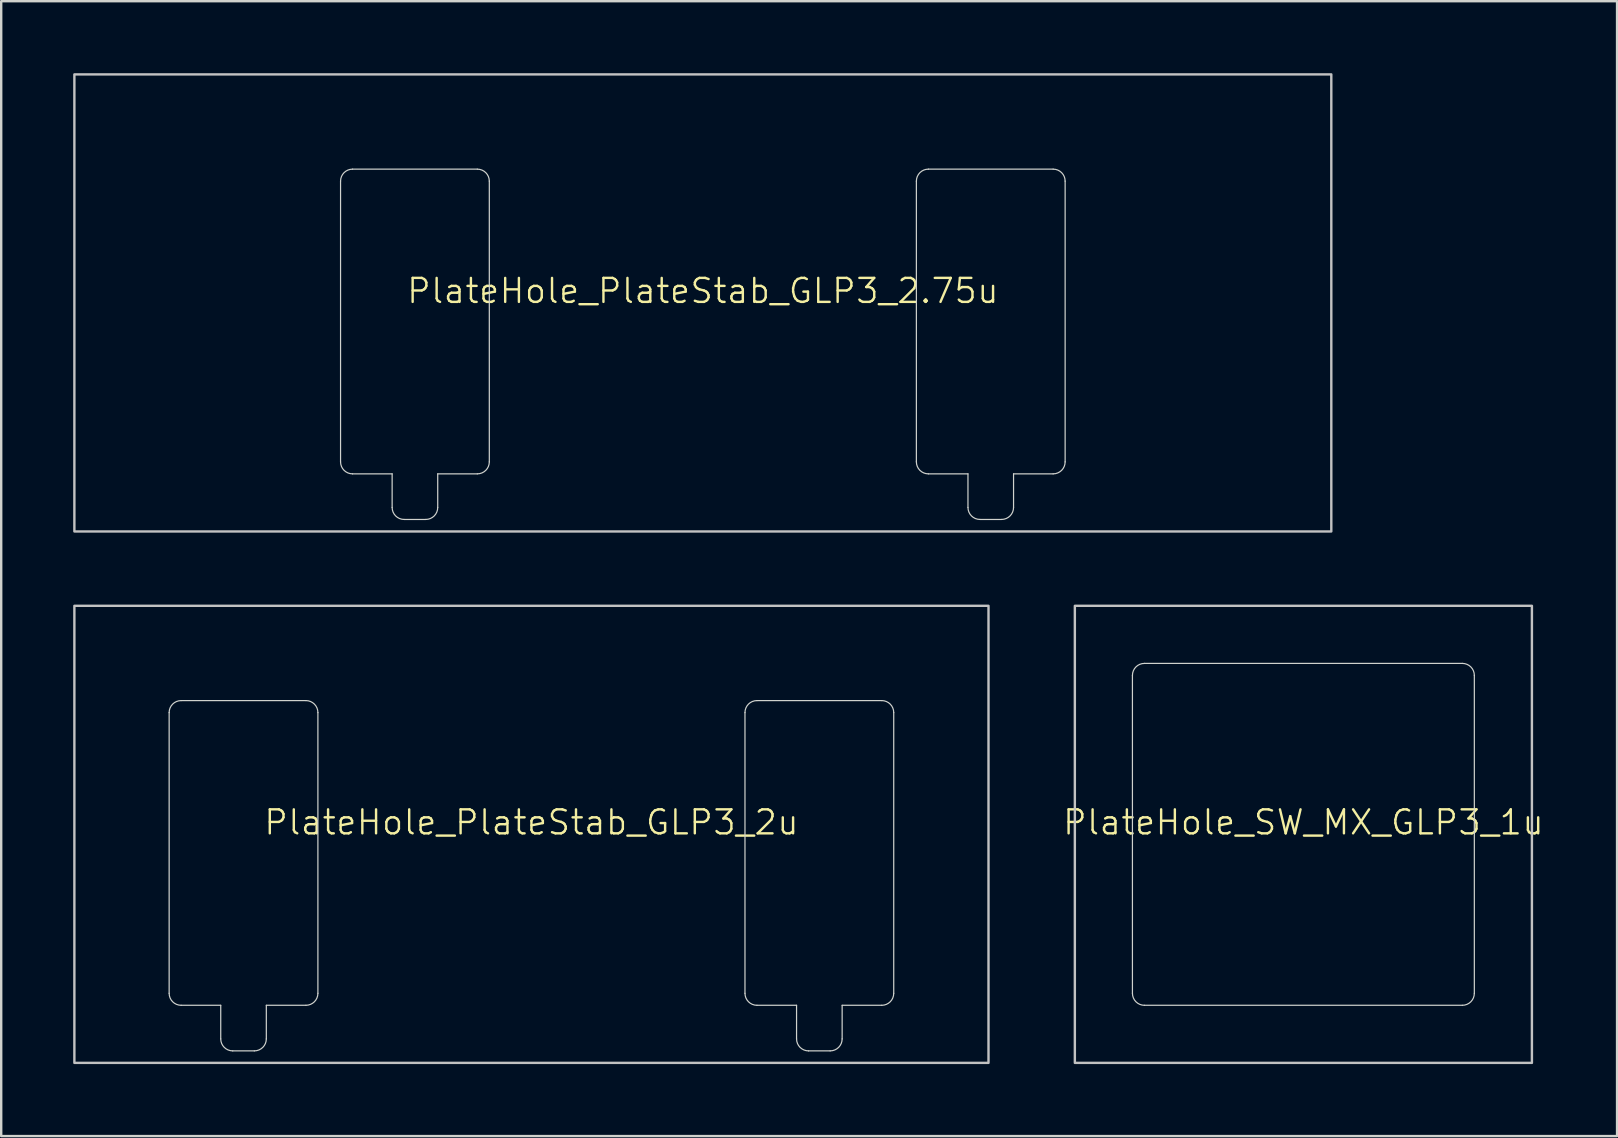
<source format=kicad_pcb>
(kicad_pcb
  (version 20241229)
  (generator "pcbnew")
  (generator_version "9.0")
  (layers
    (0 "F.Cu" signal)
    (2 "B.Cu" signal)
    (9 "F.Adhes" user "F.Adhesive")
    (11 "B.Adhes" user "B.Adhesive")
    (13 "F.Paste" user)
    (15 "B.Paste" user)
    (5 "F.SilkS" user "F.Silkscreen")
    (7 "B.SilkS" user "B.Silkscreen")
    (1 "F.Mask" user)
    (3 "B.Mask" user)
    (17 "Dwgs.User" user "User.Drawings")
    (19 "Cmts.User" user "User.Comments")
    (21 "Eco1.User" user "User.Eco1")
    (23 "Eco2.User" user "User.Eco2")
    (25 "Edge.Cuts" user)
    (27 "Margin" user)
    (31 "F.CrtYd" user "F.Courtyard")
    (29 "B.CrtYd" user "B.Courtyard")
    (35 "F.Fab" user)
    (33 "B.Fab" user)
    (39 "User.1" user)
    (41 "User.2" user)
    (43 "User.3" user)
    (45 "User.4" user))
  (footprint "PlateHole_SW_MX_GLP3_1u"
    (layer "F.Cu")
    (at 51.274 31.725)
    (property "Reference" "PlateHole_SW_MX_GLP3_1u" (at 0 -0.5 0) (unlocked yes) (layer "F.SilkS") (effects (font (size 1 1) (thickness 0.1))))
    (attr exclude_from_pos_files exclude_from_bom allow_missing_courtyard)
    (fp_rect (start -9.525 -9.525) (end 9.525 9.525) (stroke (width 0.1) (type solid)) (fill no) (layer "Dwgs.User"))
    (fp_line (start -7.125 6.625) (end -7.125 -6.625) (stroke (width 0.05) (type default)) (layer "Edge.Cuts"))
    (fp_line (start -6.625 -7.125) (end 6.625 -7.125) (stroke (width 0.05) (type default)) (layer "Edge.Cuts"))
    (fp_line (start 6.625 7.125) (end -6.625 7.125) (stroke (width 0.05) (type default)) (layer "Edge.Cuts"))
    (fp_line (start 7.125 -6.625) (end 7.125 6.625) (stroke (width 0.05) (type default)) (layer "Edge.Cuts"))
    (fp_arc (start -7.125 -6.625) (mid -6.978553 -6.978553) (end -6.625 -7.125) (stroke (width 0.05) (type default)) (layer "Edge.Cuts"))
    (fp_arc (start -6.625 7.125) (mid -6.978553 6.978553) (end -7.125 6.625) (stroke (width 0.05) (type default)) (layer "Edge.Cuts"))
    (fp_arc (start 6.625 -7.125) (mid 6.978553 -6.978553) (end 7.125 -6.625) (stroke (width 0.05) (type default)) (layer "Edge.Cuts"))
    (fp_arc (start 7.125 6.625) (mid 6.978553 6.978553) (end 6.625 7.125) (stroke (width 0.05) (type default)) (layer "Edge.Cuts"))
    (zone (net_name "") (layers "F.Cu" "B.Cu" "Edge.Cuts") (hatch edge 0.5) (connect_pads) (min_thickness 0.25) (filled_areas_thickness no) (keepout (tracks allowed) (vias allowed) (pads allowed) (copperpour not_allowed) (footprints allowed)) (placement (enabled no)) (fill) (polygon (pts (xy 43.649 24.1) (xy 43.649 39.35) (xy 58.904 39.35) (xy 58.899 24.1)))))
  (footprint "PlateHole_PlateStab_GLP3_2.75u"
    (layer "F.Cu")
    (at 26.244 9.575)
    (property "Reference" "PlateHole_PlateStab_GLP3_2.75u" (at 0 -0.5 0) (unlocked yes) (layer "F.SilkS") (effects (font (size 1 1) (thickness 0.1))))
    (attr exclude_from_pos_files exclude_from_bom allow_missing_courtyard)
    (fp_rect (start -26.194 -9.525) (end 26.194 9.525) (stroke (width 0.1) (type solid)) (fill no) (layer "Dwgs.User"))
    (fp_line (start -15.1 -5.075) (end -15.1 6.625) (stroke (width 0.05) (type default)) (layer "Edge.Cuts"))
    (fp_line (start -14.6 7.125) (end -12.95 7.125) (stroke (width 0.05) (type default)) (layer "Edge.Cuts"))
    (fp_line (start -12.95 8.525) (end -12.95 7.125) (stroke (width 0.05) (type default)) (layer "Edge.Cuts"))
    (fp_line (start -11.55 9.025) (end -12.45 9.025) (stroke (width 0.05) (type default)) (layer "Edge.Cuts"))
    (fp_line (start -11.05 7.125) (end -11.05 8.525) (stroke (width 0.05) (type default)) (layer "Edge.Cuts"))
    (fp_line (start -11.05 7.125) (end -9.4 7.125) (stroke (width 0.05) (type default)) (layer "Edge.Cuts"))
    (fp_line (start -9.4 -5.575) (end -14.6 -5.575) (stroke (width 0.05) (type default)) (layer "Edge.Cuts"))
    (fp_line (start -8.9 6.625) (end -8.9 -5.075) (stroke (width 0.05) (type default)) (layer "Edge.Cuts"))
    (fp_line (start 8.9 6.625) (end 8.9 -5.075) (stroke (width 0.05) (type default)) (layer "Edge.Cuts"))
    (fp_line (start 9.4 -5.575) (end 14.6 -5.575) (stroke (width 0.05) (type default)) (layer "Edge.Cuts"))
    (fp_line (start 11.05 7.125) (end 9.4 7.125) (stroke (width 0.05) (type default)) (layer "Edge.Cuts"))
    (fp_line (start 11.05 8.525) (end 11.05 7.125) (stroke (width 0.05) (type default)) (layer "Edge.Cuts"))
    (fp_line (start 12.45 9.025) (end 11.55 9.025) (stroke (width 0.05) (type default)) (layer "Edge.Cuts"))
    (fp_line (start 12.95 7.125) (end 12.95 8.525) (stroke (width 0.05) (type default)) (layer "Edge.Cuts"))
    (fp_line (start 12.95 7.125) (end 14.6 7.125) (stroke (width 0.05) (type default)) (layer "Edge.Cuts"))
    (fp_line (start 15.1 -5.075) (end 15.1 6.625) (stroke (width 0.05) (type default)) (layer "Edge.Cuts"))
    (fp_arc (start -15.1 -5.075) (mid -14.953553 -5.428553) (end -14.6 -5.575) (stroke (width 0.05) (type default)) (layer "Edge.Cuts"))
    (fp_arc (start -14.6 7.125) (mid -14.953553 6.978553) (end -15.1 6.625) (stroke (width 0.05) (type default)) (layer "Edge.Cuts"))
    (fp_arc (start -12.45 9.025) (mid -12.803553 8.878553) (end -12.95 8.525) (stroke (width 0.05) (type default)) (layer "Edge.Cuts"))
    (fp_arc (start -11.05 8.525) (mid -11.196447 8.878553) (end -11.55 9.025) (stroke (width 0.05) (type default)) (layer "Edge.Cuts"))
    (fp_arc (start -9.4 -5.575) (mid -9.046447 -5.428553) (end -8.9 -5.075) (stroke (width 0.05) (type default)) (layer "Edge.Cuts"))
    (fp_arc (start -8.9 6.625) (mid -9.046447 6.978553) (end -9.4 7.125) (stroke (width 0.05) (type default)) (layer "Edge.Cuts"))
    (fp_arc (start 8.9 -5.075) (mid 9.046447 -5.428553) (end 9.4 -5.575) (stroke (width 0.05) (type default)) (layer "Edge.Cuts"))
    (fp_arc (start 9.4 7.125) (mid 9.046447 6.978553) (end 8.9 6.625) (stroke (width 0.05) (type default)) (layer "Edge.Cuts"))
    (fp_arc (start 11.55 9.025) (mid 11.196447 8.878553) (end 11.05 8.525) (stroke (width 0.05) (type default)) (layer "Edge.Cuts"))
    (fp_arc (start 12.95 8.525) (mid 12.803553 8.878553) (end 12.45 9.025) (stroke (width 0.05) (type default)) (layer "Edge.Cuts"))
    (fp_arc (start 14.6 -5.575) (mid 14.953553 -5.428553) (end 15.1 -5.075) (stroke (width 0.05) (type default)) (layer "Edge.Cuts"))
    (fp_arc (start 15.1 6.625) (mid 14.953553 6.978553) (end 14.6 7.125) (stroke (width 0.05) (type default)) (layer "Edge.Cuts"))
    (zone (net_name "") (layers "F.Cu" "B.Cu" "Edge.Cuts") (hatch edge 0.5) (connect_pads) (min_thickness 0.25) (filled_areas_thickness no) (keepout (tracks allowed) (vias allowed) (pads allowed) (copperpour not_allowed) (footprints allowed)) (placement (enabled no)) (fill) (polygon (pts (xy 10.644 3.5) (xy 10.644 17.2) (xy 12.794 17.2) (xy 12.794 19.1) (xy 15.694 19.1) (xy 15.694 17.2) (xy 17.844 17.2) (xy 17.844 3.5))))
    (zone (net_name "") (layers "F.Cu" "B.Cu" "Edge.Cuts") (hatch edge 0.5) (connect_pads) (min_thickness 0.25) (filled_areas_thickness no) (keepout (tracks allowed) (vias allowed) (pads allowed) (copperpour not_allowed) (footprints allowed)) (placement (enabled no)) (fill) (polygon (pts (xy 34.644 3.5) (xy 34.644 17.2) (xy 36.794 17.2) (xy 36.794 19.1) (xy 39.694 19.1) (xy 39.694 17.2) (xy 41.844 17.2) (xy 41.844 3.5)))))
  (footprint "PlateHole_PlateStab_GLP3_2u"
    (layer "F.Cu")
    (at 19.1 31.725)
    (property "Reference" "PlateHole_PlateStab_GLP3_2u" (at 0 -0.5 0) (unlocked yes) (layer "F.SilkS") (effects (font (size 1 1) (thickness 0.1))))
    (attr exclude_from_pos_files exclude_from_bom allow_missing_courtyard)
    (fp_rect (start -19.05 -9.525) (end 19.05 9.525) (stroke (width 0.1) (type solid)) (fill no) (layer "Dwgs.User"))
    (fp_line (start -15.1 -5.075) (end -15.1 6.625) (stroke (width 0.05) (type default)) (layer "Edge.Cuts"))
    (fp_line (start -14.6 7.125) (end -12.95 7.125) (stroke (width 0.05) (type default)) (layer "Edge.Cuts"))
    (fp_line (start -12.95 8.525) (end -12.95 7.125) (stroke (width 0.05) (type default)) (layer "Edge.Cuts"))
    (fp_line (start -11.55 9.025) (end -12.45 9.025) (stroke (width 0.05) (type default)) (layer "Edge.Cuts"))
    (fp_line (start -11.05 7.125) (end -11.05 8.525) (stroke (width 0.05) (type default)) (layer "Edge.Cuts"))
    (fp_line (start -11.05 7.125) (end -9.4 7.125) (stroke (width 0.05) (type default)) (layer "Edge.Cuts"))
    (fp_line (start -9.4 -5.575) (end -14.6 -5.575) (stroke (width 0.05) (type default)) (layer "Edge.Cuts"))
    (fp_line (start -8.9 6.625) (end -8.9 -5.075) (stroke (width 0.05) (type default)) (layer "Edge.Cuts"))
    (fp_line (start 8.9 6.625) (end 8.9 -5.075) (stroke (width 0.05) (type default)) (layer "Edge.Cuts"))
    (fp_line (start 9.4 -5.575) (end 14.6 -5.575) (stroke (width 0.05) (type default)) (layer "Edge.Cuts"))
    (fp_line (start 11.05 7.125) (end 9.4 7.125) (stroke (width 0.05) (type default)) (layer "Edge.Cuts"))
    (fp_line (start 11.05 8.525) (end 11.05 7.125) (stroke (width 0.05) (type default)) (layer "Edge.Cuts"))
    (fp_line (start 12.45 9.025) (end 11.55 9.025) (stroke (width 0.05) (type default)) (layer "Edge.Cuts"))
    (fp_line (start 12.95 7.125) (end 12.95 8.525) (stroke (width 0.05) (type default)) (layer "Edge.Cuts"))
    (fp_line (start 12.95 7.125) (end 14.6 7.125) (stroke (width 0.05) (type default)) (layer "Edge.Cuts"))
    (fp_line (start 15.1 -5.075) (end 15.1 6.625) (stroke (width 0.05) (type default)) (layer "Edge.Cuts"))
    (fp_arc (start -15.1 -5.075) (mid -14.953553 -5.428553) (end -14.6 -5.575) (stroke (width 0.05) (type default)) (layer "Edge.Cuts"))
    (fp_arc (start -14.6 7.125) (mid -14.953553 6.978553) (end -15.1 6.625) (stroke (width 0.05) (type default)) (layer "Edge.Cuts"))
    (fp_arc (start -12.45 9.025) (mid -12.803553 8.878553) (end -12.95 8.525) (stroke (width 0.05) (type default)) (layer "Edge.Cuts"))
    (fp_arc (start -11.05 8.525) (mid -11.196447 8.878553) (end -11.55 9.025) (stroke (width 0.05) (type default)) (layer "Edge.Cuts"))
    (fp_arc (start -9.4 -5.575) (mid -9.046447 -5.428553) (end -8.9 -5.075) (stroke (width 0.05) (type default)) (layer "Edge.Cuts"))
    (fp_arc (start -8.9 6.625) (mid -9.046447 6.978553) (end -9.4 7.125) (stroke (width 0.05) (type default)) (layer "Edge.Cuts"))
    (fp_arc (start 8.9 -5.075) (mid 9.046447 -5.428553) (end 9.4 -5.575) (stroke (width 0.05) (type default)) (layer "Edge.Cuts"))
    (fp_arc (start 9.4 7.125) (mid 9.046447 6.978553) (end 8.9 6.625) (stroke (width 0.05) (type default)) (layer "Edge.Cuts"))
    (fp_arc (start 11.55 9.025) (mid 11.196447 8.878553) (end 11.05 8.525) (stroke (width 0.05) (type default)) (layer "Edge.Cuts"))
    (fp_arc (start 12.95 8.525) (mid 12.803553 8.878553) (end 12.45 9.025) (stroke (width 0.05) (type default)) (layer "Edge.Cuts"))
    (fp_arc (start 14.6 -5.575) (mid 14.953553 -5.428553) (end 15.1 -5.075) (stroke (width 0.05) (type default)) (layer "Edge.Cuts"))
    (fp_arc (start 15.1 6.625) (mid 14.953553 6.978553) (end 14.6 7.125) (stroke (width 0.05) (type default)) (layer "Edge.Cuts"))
    (zone (net_name "") (layers "F.Cu" "B.Cu" "Edge.Cuts") (hatch edge 0.5) (connect_pads) (min_thickness 0.25) (filled_areas_thickness no) (keepout (tracks allowed) (vias allowed) (pads allowed) (copperpour not_allowed) (footprints allowed)) (placement (enabled no)) (fill) (polygon (pts (xy 3.5 25.65) (xy 3.5 39.35) (xy 5.65 39.35) (xy 5.65 41.25) (xy 8.55 41.25) (xy 8.55 39.35) (xy 10.7 39.35) (xy 10.7 25.65))))
    (zone (net_name "") (layers "F.Cu" "B.Cu" "Edge.Cuts") (hatch edge 0.5) (connect_pads) (min_thickness 0.25) (filled_areas_thickness no) (keepout (tracks allowed) (vias allowed) (pads allowed) (copperpour not_allowed) (footprints allowed)) (placement (enabled no)) (fill) (polygon (pts (xy 27.5 25.65) (xy 27.5 39.35) (xy 29.65 39.35) (xy 29.65 41.25) (xy 32.55 41.25) (xy 32.55 39.35) (xy 34.7 39.35) (xy 34.7 25.65)))))
  (gr_rect
    (start -3 -3)
    (end 64.348 44.3)
    (stroke (width 0.1) (type default))
    (fill no)
    (layer "Edge.Cuts")))
</source>
